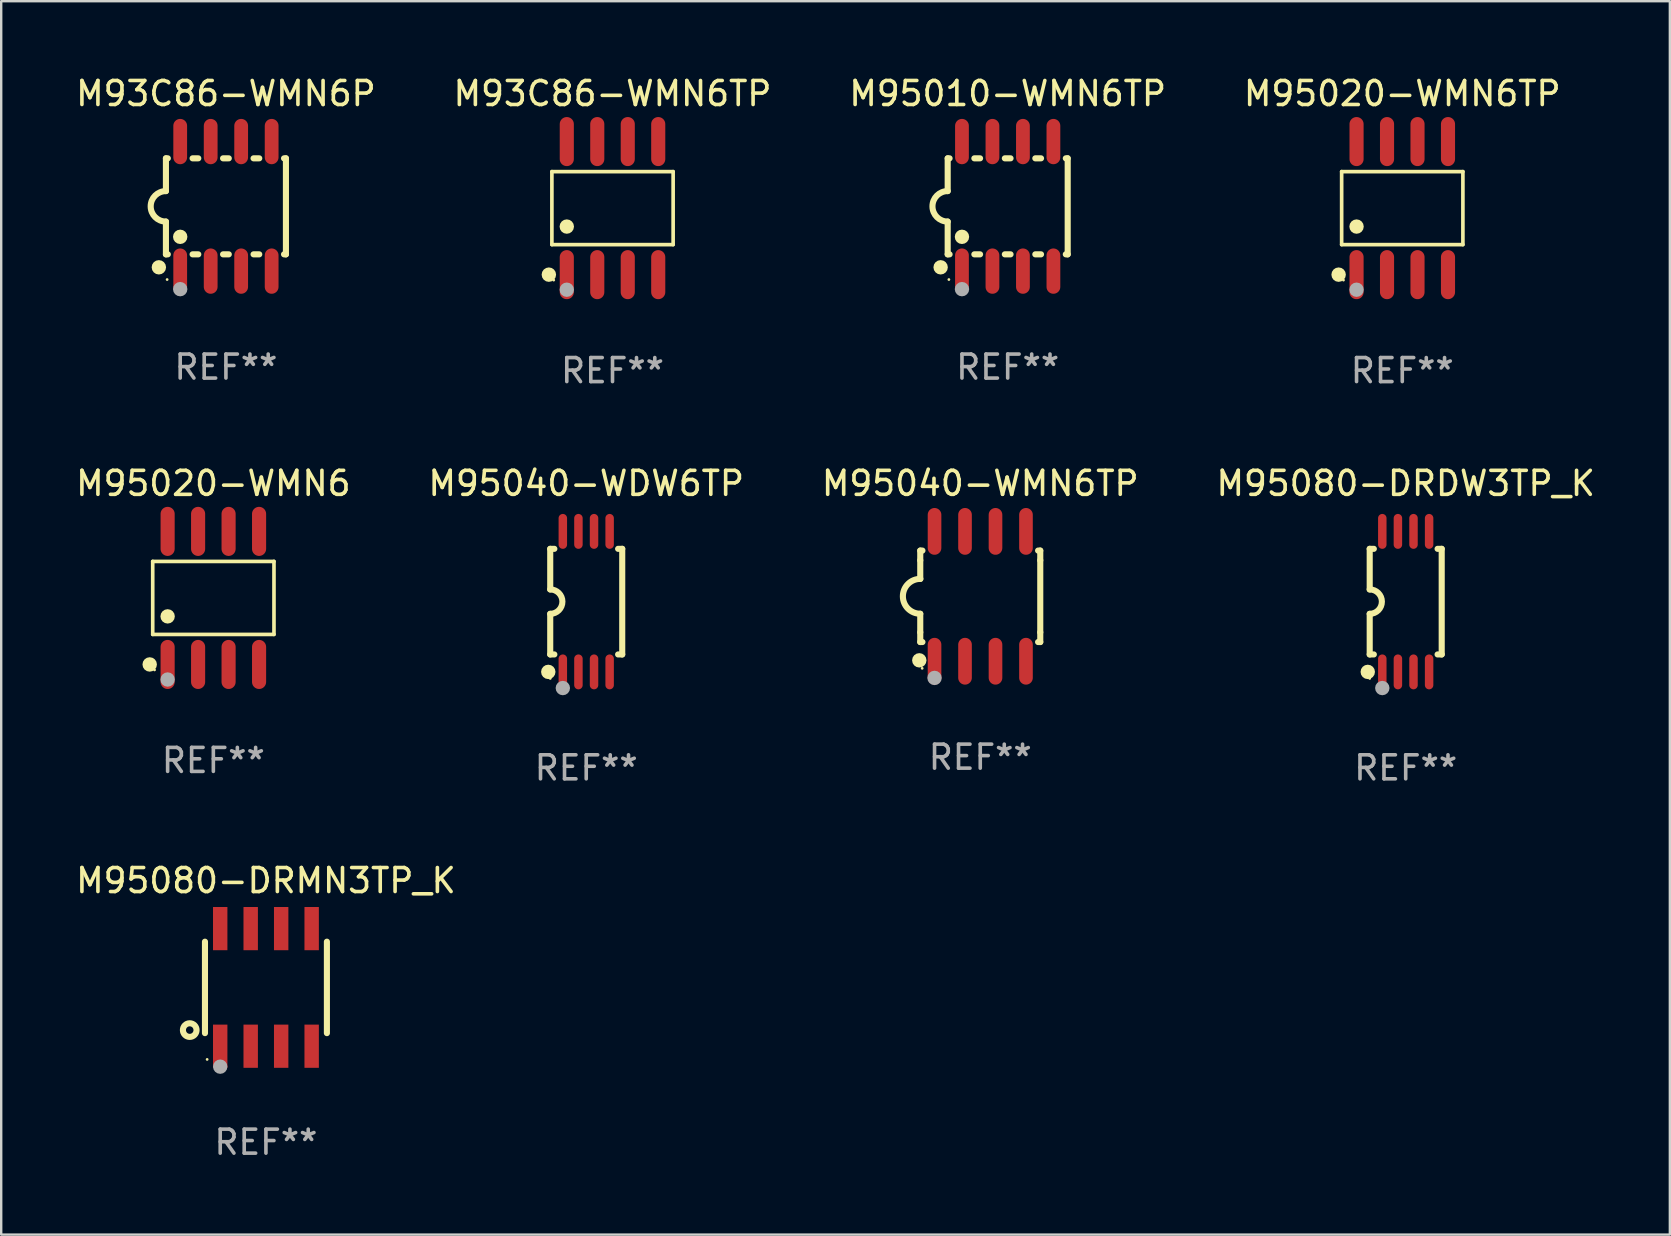
<source format=kicad_pcb>
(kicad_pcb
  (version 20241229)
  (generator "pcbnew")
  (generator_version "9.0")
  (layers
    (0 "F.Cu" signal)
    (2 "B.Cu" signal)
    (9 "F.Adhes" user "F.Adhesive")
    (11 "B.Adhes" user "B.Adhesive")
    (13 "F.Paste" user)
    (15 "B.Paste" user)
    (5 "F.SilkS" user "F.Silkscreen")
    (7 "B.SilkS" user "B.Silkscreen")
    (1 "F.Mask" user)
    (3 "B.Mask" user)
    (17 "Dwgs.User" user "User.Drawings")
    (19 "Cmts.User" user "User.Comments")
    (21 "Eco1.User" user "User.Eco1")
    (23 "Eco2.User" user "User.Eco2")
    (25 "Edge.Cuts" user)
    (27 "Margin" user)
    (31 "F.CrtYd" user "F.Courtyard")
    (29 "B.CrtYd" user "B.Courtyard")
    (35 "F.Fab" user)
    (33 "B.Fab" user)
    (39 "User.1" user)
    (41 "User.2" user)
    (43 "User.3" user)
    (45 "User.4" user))
  (footprint "M93C86-WMN6TP"
    (layer "F.Cu")
    (at 22.47 5.621)
    (property "Reference" "M93C86-WMN6TP" (at 0 -4.772 0) (layer "F.SilkS") (effects (font (size 1 1) (thickness 0.15))))
    (attr through_hole)
    (fp_line (start -2.526 -1.521) (end 2.526 -1.521) (stroke (width 0.152) (type solid)) (layer "F.SilkS"))
    (fp_line (start -2.526 1.521) (end -2.526 -1.521) (stroke (width 0.152) (type solid)) (layer "F.SilkS"))
    (fp_line (start 2.526 -1.521) (end 2.526 1.521) (stroke (width 0.152) (type solid)) (layer "F.SilkS"))
    (fp_line (start 2.526 1.521) (end -2.526 1.521) (stroke (width 0.152) (type solid)) (layer "F.SilkS"))
    (fp_circle (center -2.652 2.772) (end -2.501 2.772) (stroke (width 0.3) (type solid)) (fill no) (layer "F.SilkS"))
    (fp_circle (center -2.45 3) (end -2.42 3) (stroke (width 0.06) (type solid)) (fill no) (layer "F.SilkS"))
    (fp_circle (center -1.905 0.769) (end -1.755 0.769) (stroke (width 0.3) (type solid)) (fill no) (layer "F.SilkS"))
    (fp_circle (center -1.905 3.4) (end -1.755 3.4) (stroke (width 0.3) (type solid)) (fill no) (layer "F.Fab"))
    (fp_text user "REF**" (at 0 6.772 0) (layer "F.Fab") (effects (font (size 1 1) (thickness 0.15))))
    (pad "1" smd oval (at -1.905 2.772) (size 0.588 2.045) (layers "F.Cu" "F.Mask" "F.Paste"))
    (pad "2" smd oval (at -0.635 2.772) (size 0.588 2.045) (layers "F.Cu" "F.Mask" "F.Paste"))
    (pad "3" smd oval (at 0.635 2.772) (size 0.588 2.045) (layers "F.Cu" "F.Mask" "F.Paste"))
    (pad "4" smd oval (at 1.905 2.772) (size 0.588 2.045) (layers "F.Cu" "F.Mask" "F.Paste"))
    (pad "5" smd oval (at 1.905 -2.772) (size 0.588 2.045) (layers "F.Cu" "F.Mask" "F.Paste"))
    (pad "6" smd oval (at 0.635 -2.772) (size 0.588 2.045) (layers "F.Cu" "F.Mask" "F.Paste"))
    (pad "7" smd oval (at -0.635 -2.772) (size 0.588 2.045) (layers "F.Cu" "F.Mask" "F.Paste"))
    (pad "8" smd oval (at -1.905 -2.772) (size 0.588 2.045) (layers "F.Cu" "F.Mask" "F.Paste")))
  (footprint "M95040-WMN6TP"
    (layer "F.Cu")
    (at 37.792 21.795)
    (property "Reference" "M95040-WMN6TP" (at 0 -4.705 0) (layer "F.SilkS") (effects (font (size 1 1) (thickness 0.15))))
    (attr through_hole)
    (fp_line (start -2.5 -1.905) (end -2.409 -1.905) (stroke (width 0.254) (type solid)) (layer "F.SilkS"))
    (fp_line (start -2.5 -1.5) (end -2.5 -1.905) (stroke (width 0.254) (type solid)) (layer "F.SilkS"))
    (fp_line (start -2.5 -1.5) (end -2.5 -0.726) (stroke (width 0.254) (type solid)) (layer "F.SilkS"))
    (fp_line (start -2.5 1.5) (end -2.5 0.727) (stroke (width 0.254) (type solid)) (layer "F.SilkS"))
    (fp_line (start -2.5 1.5) (end -2.5 1.905) (stroke (width 0.254) (type solid)) (layer "F.SilkS"))
    (fp_line (start -2.5 1.905) (end -2.409 1.905) (stroke (width 0.254) (type solid)) (layer "F.SilkS"))
    (fp_line (start 2.5 -1.905) (end 2.409 -1.905) (stroke (width 0.254) (type solid)) (layer "F.SilkS"))
    (fp_line (start 2.5 -1.5) (end 2.5 -1.905) (stroke (width 0.254) (type solid)) (layer "F.SilkS"))
    (fp_line (start 2.5 -1.5) (end 2.5 1.5) (stroke (width 0.254) (type solid)) (layer "F.SilkS"))
    (fp_line (start 2.5 1.5) (end 2.5 1.905) (stroke (width 0.254) (type solid)) (layer "F.SilkS"))
    (fp_line (start 2.5 1.905) (end 2.409 1.905) (stroke (width 0.254) (type solid)) (layer "F.SilkS"))
    (fp_arc (start -2.5 0.726568) (mid -3.220316 -0.0023) (end -2.495097 -0.726289) (stroke (width 0.254001) (type solid)) (layer "F.SilkS"))
    (fp_circle (center -2.54 2.667) (end -2.39 2.667) (stroke (width 0.3) (type solid)) (fill no) (layer "F.SilkS"))
    (fp_circle (center -2.42 3) (end -2.39 3) (stroke (width 0.06) (type solid)) (fill no) (layer "F.SilkS"))
    (fp_circle (center -1.905 3.4) (end -1.755 3.4) (stroke (width 0.3) (type solid)) (fill no) (layer "F.Fab"))
    (fp_text user "REF**" (at 0 6.705 0) (layer "F.Fab") (effects (font (size 1 1) (thickness 0.15))))
    (pad "1" smd oval (at -1.905 2.705) (size 0.568 1.95) (layers "F.Cu" "F.Mask" "F.Paste"))
    (pad "2" smd oval (at -0.635 2.705) (size 0.568 1.95) (layers "F.Cu" "F.Mask" "F.Paste"))
    (pad "3" smd oval (at 0.635 2.705) (size 0.568 1.95) (layers "F.Cu" "F.Mask" "F.Paste"))
    (pad "4" smd oval (at 1.905 2.705) (size 0.568 1.95) (layers "F.Cu" "F.Mask" "F.Paste"))
    (pad "5" smd oval (at 1.905 -2.705) (size 0.568 1.95) (layers "F.Cu" "F.Mask" "F.Paste"))
    (pad "6" smd oval (at 0.635 -2.705) (size 0.568 1.95) (layers "F.Cu" "F.Mask" "F.Paste"))
    (pad "7" smd oval (at -0.635 -2.705) (size 0.568 1.95) (layers "F.Cu" "F.Mask" "F.Paste"))
    (pad "8" smd oval (at -1.905 -2.705) (size 0.568 1.95) (layers "F.Cu" "F.Mask" "F.Paste")))
  (footprint "M95080-DRMN3TP_K"
    (layer "F.Cu")
    (at 8.03 38.09)
    (property "Reference" "M95080-DRMN3TP_K" (at 0 -4.45 0) (layer "F.SilkS") (effects (font (size 1 1) (thickness 0.15))))
    (attr through_hole)
    (fp_line (start -2.54 -1.905) (end -2.54 1.905) (stroke (width 0.254) (type solid)) (layer "F.SilkS"))
    (fp_line (start 2.54 -1.905) (end 2.54 1.905) (stroke (width 0.254) (type solid)) (layer "F.SilkS"))
    (fp_circle (center -3.175 1.778) (end -2.891 1.778) (stroke (width 0.254) (type solid)) (fill no) (layer "F.SilkS"))
    (fp_circle (center -2.45 3) (end -2.42 3) (stroke (width 0.06) (type solid)) (fill no) (layer "F.SilkS"))
    (fp_circle (center -1.905 3.302) (end -1.755 3.302) (stroke (width 0.3) (type solid)) (fill no) (layer "F.Fab"))
    (fp_text user "REF**" (at 0 6.45 0) (layer "F.Fab") (effects (font (size 1 1) (thickness 0.15))))
    (pad "1" smd rect (at -1.905 2.45) (size 0.6 1.8) (layers "F.Cu" "F.Mask" "F.Paste"))
    (pad "2" smd rect (at -0.635 2.45) (size 0.6 1.8) (layers "F.Cu" "F.Mask" "F.Paste"))
    (pad "3" smd rect (at 0.635 2.45) (size 0.6 1.8) (layers "F.Cu" "F.Mask" "F.Paste"))
    (pad "4" smd rect (at 1.905 2.45) (size 0.6 1.8) (layers "F.Cu" "F.Mask" "F.Paste"))
    (pad "5" smd rect (at 1.905 -2.45 180) (size 0.6 1.8) (layers "F.Cu" "F.Mask" "F.Paste"))
    (pad "6" smd rect (at 0.635 -2.45 180) (size 0.6 1.8) (layers "F.Cu" "F.Mask" "F.Paste"))
    (pad "7" smd rect (at -0.635 -2.45 180) (size 0.6 1.8) (layers "F.Cu" "F.Mask" "F.Paste"))
    (pad "8" smd rect (at -1.905 -2.45 180) (size 0.6 1.8) (layers "F.Cu" "F.Mask" "F.Paste")))
  (footprint "M95080-DRDW3TP_K"
    (layer "F.Cu")
    (at 55.518 22.017)
    (property "Reference" "M95080-DRDW3TP_K" (at 0 -4.927 0) (layer "F.SilkS") (effects (font (size 1 1) (thickness 0.15))))
    (attr through_hole)
    (fp_line (start -1.5 -2.2) (end -1.5 -0.508) (stroke (width 0.254) (type solid)) (layer "F.SilkS"))
    (fp_line (start -1.5 -2.2) (end -1.328 -2.2) (stroke (width 0.254) (type solid)) (layer "F.SilkS"))
    (fp_line (start -1.5 2.2) (end -1.5 0.508) (stroke (width 0.254) (type solid)) (layer "F.SilkS"))
    (fp_line (start -1.5 2.2) (end -1.328 2.2) (stroke (width 0.254) (type solid)) (layer "F.SilkS"))
    (fp_line (start 1.328 -2.2) (end 1.5 -2.2) (stroke (width 0.254) (type solid)) (layer "F.SilkS"))
    (fp_line (start 1.328 2.2) (end 1.5 2.2) (stroke (width 0.254) (type solid)) (layer "F.SilkS"))
    (fp_line (start 1.5 -2.2) (end 1.5 2.2) (stroke (width 0.254) (type solid)) (layer "F.SilkS"))
    (fp_arc (start -1.501144 -0.508) (mid -0.993143 -0.000571) (end -1.5 0.508001) (stroke (width 0.254001) (type solid)) (layer "F.SilkS"))
    (fp_circle (center -1.581 2.927) (end -1.431 2.927) (stroke (width 0.3) (type solid)) (fill no) (layer "F.SilkS"))
    (fp_circle (center -1.5 3.2) (end -1.47 3.2) (stroke (width 0.06) (type solid)) (fill no) (layer "F.SilkS"))
    (fp_circle (center -0.975 3.6) (end -0.825 3.6) (stroke (width 0.3) (type solid)) (fill no) (layer "F.Fab"))
    (fp_text user "REF**" (at 0 6.927 0) (layer "F.Fab") (effects (font (size 1 1) (thickness 0.15))))
    (pad "1" smd oval (at -0.975 2.927) (size 0.353 1.454) (layers "F.Cu" "F.Mask" "F.Paste"))
    (pad "2" smd oval (at -0.325 2.927) (size 0.353 1.454) (layers "F.Cu" "F.Mask" "F.Paste"))
    (pad "3" smd oval (at 0.325 2.927) (size 0.353 1.454) (layers "F.Cu" "F.Mask" "F.Paste"))
    (pad "4" smd oval (at 0.975 2.927) (size 0.353 1.454) (layers "F.Cu" "F.Mask" "F.Paste"))
    (pad "5" smd oval (at 0.975 -2.927) (size 0.353 1.454) (layers "F.Cu" "F.Mask" "F.Paste"))
    (pad "6" smd oval (at 0.325 -2.927) (size 0.353 1.454) (layers "F.Cu" "F.Mask" "F.Paste"))
    (pad "7" smd oval (at -0.325 -2.927) (size 0.353 1.454) (layers "F.Cu" "F.Mask" "F.Paste"))
    (pad "8" smd oval (at -0.975 -2.927) (size 0.353 1.454) (layers "F.Cu" "F.Mask" "F.Paste")))
  (footprint "M95020-WMN6TP"
    (layer "F.Cu")
    (at 55.375 5.621)
    (property "Reference" "M95020-WMN6TP" (at 0 -4.772 0) (layer "F.SilkS") (effects (font (size 1 1) (thickness 0.15))))
    (attr through_hole)
    (fp_line (start -2.526 -1.521) (end 2.526 -1.521) (stroke (width 0.152) (type solid)) (layer "F.SilkS"))
    (fp_line (start -2.526 1.521) (end -2.526 -1.521) (stroke (width 0.152) (type solid)) (layer "F.SilkS"))
    (fp_line (start 2.526 -1.521) (end 2.526 1.521) (stroke (width 0.152) (type solid)) (layer "F.SilkS"))
    (fp_line (start 2.526 1.521) (end -2.526 1.521) (stroke (width 0.152) (type solid)) (layer "F.SilkS"))
    (fp_circle (center -2.652 2.772) (end -2.501 2.772) (stroke (width 0.3) (type solid)) (fill no) (layer "F.SilkS"))
    (fp_circle (center -2.45 3) (end -2.42 3) (stroke (width 0.06) (type solid)) (fill no) (layer "F.SilkS"))
    (fp_circle (center -1.905 0.769) (end -1.755 0.769) (stroke (width 0.3) (type solid)) (fill no) (layer "F.SilkS"))
    (fp_circle (center -1.905 3.4) (end -1.755 3.4) (stroke (width 0.3) (type solid)) (fill no) (layer "F.Fab"))
    (fp_text user "REF**" (at 0 6.772 0) (layer "F.Fab") (effects (font (size 1 1) (thickness 0.15))))
    (pad "1" smd oval (at -1.905 2.772) (size 0.588 2.045) (layers "F.Cu" "F.Mask" "F.Paste"))
    (pad "2" smd oval (at -0.635 2.772) (size 0.588 2.045) (layers "F.Cu" "F.Mask" "F.Paste"))
    (pad "3" smd oval (at 0.635 2.772) (size 0.588 2.045) (layers "F.Cu" "F.Mask" "F.Paste"))
    (pad "4" smd oval (at 1.905 2.772) (size 0.588 2.045) (layers "F.Cu" "F.Mask" "F.Paste"))
    (pad "5" smd oval (at 1.905 -2.772) (size 0.588 2.045) (layers "F.Cu" "F.Mask" "F.Paste"))
    (pad "6" smd oval (at 0.635 -2.772) (size 0.588 2.045) (layers "F.Cu" "F.Mask" "F.Paste"))
    (pad "7" smd oval (at -0.635 -2.772) (size 0.588 2.045) (layers "F.Cu" "F.Mask" "F.Paste"))
    (pad "8" smd oval (at -1.905 -2.772) (size 0.588 2.045) (layers "F.Cu" "F.Mask" "F.Paste")))
  (footprint "M95010-WMN6TP"
    (layer "F.Cu")
    (at 38.935 5.547)
    (property "Reference" "M95010-WMN6TP" (at 0 -4.699 0) (layer "F.SilkS") (effects (font (size 1 1) (thickness 0.15))))
    (attr through_hole)
    (fp_line (start -2.5 -2) (end -2.5 -0.635) (stroke (width 0.254) (type solid)) (layer "F.SilkS"))
    (fp_line (start -2.5 -2) (end -2.421 -2) (stroke (width 0.254) (type solid)) (layer "F.SilkS"))
    (fp_line (start -2.5 2) (end -2.5 0.635) (stroke (width 0.254) (type solid)) (layer "F.SilkS"))
    (fp_line (start -2.5 2) (end -2.421 2) (stroke (width 0.254) (type solid)) (layer "F.SilkS"))
    (fp_line (start -1.389 -2) (end -1.151 -2) (stroke (width 0.254) (type solid)) (layer "F.SilkS"))
    (fp_line (start -1.389 2) (end -1.151 2) (stroke (width 0.254) (type solid)) (layer "F.SilkS"))
    (fp_line (start -0.119 -2) (end 0.119 -2) (stroke (width 0.254) (type solid)) (layer "F.SilkS"))
    (fp_line (start -0.119 2) (end 0.119 2) (stroke (width 0.254) (type solid)) (layer "F.SilkS"))
    (fp_line (start 1.151 -2) (end 1.389 -2) (stroke (width 0.254) (type solid)) (layer "F.SilkS"))
    (fp_line (start 1.151 2) (end 1.389 2) (stroke (width 0.254) (type solid)) (layer "F.SilkS"))
    (fp_line (start 2.421 -2) (end 2.5 -2) (stroke (width 0.254) (type solid)) (layer "F.SilkS"))
    (fp_line (start 2.421 2) (end 2.5 2) (stroke (width 0.254) (type solid)) (layer "F.SilkS"))
    (fp_line (start 2.5 -2) (end 2.5 2) (stroke (width 0.254) (type solid)) (layer "F.SilkS"))
    (fp_arc (start -2.5 0.635001) (mid -3.134366 -0.000318) (end -2.499365 -0.635001) (stroke (width 0.254001) (type solid)) (layer "F.SilkS"))
    (fp_circle (center -2.794 2.54) (end -2.644 2.54) (stroke (width 0.3) (type solid)) (fill no) (layer "F.SilkS"))
    (fp_circle (center -2.45 3.05) (end -2.42 3.05) (stroke (width 0.06) (type solid)) (fill no) (layer "F.SilkS"))
    (fp_circle (center -1.905 1.27) (end -1.755 1.27) (stroke (width 0.3) (type solid)) (fill no) (layer "F.SilkS"))
    (fp_circle (center -1.905 3.45) (end -1.755 3.45) (stroke (width 0.3) (type solid)) (fill no) (layer "F.Fab"))
    (fp_text user "REF**" (at 0 6.699 0) (layer "F.Fab") (effects (font (size 1 1) (thickness 0.15))))
    (pad "1" smd oval (at -1.905 2.699) (size 0.574 1.888) (layers "F.Cu" "F.Mask" "F.Paste"))
    (pad "2" smd oval (at -0.635 2.699) (size 0.574 1.888) (layers "F.Cu" "F.Mask" "F.Paste"))
    (pad "3" smd oval (at 0.635 2.699) (size 0.574 1.888) (layers "F.Cu" "F.Mask" "F.Paste"))
    (pad "4" smd oval (at 1.905 2.699) (size 0.574 1.888) (layers "F.Cu" "F.Mask" "F.Paste"))
    (pad "5" smd oval (at 1.905 -2.699) (size 0.574 1.888) (layers "F.Cu" "F.Mask" "F.Paste"))
    (pad "6" smd oval (at 0.635 -2.699) (size 0.574 1.888) (layers "F.Cu" "F.Mask" "F.Paste"))
    (pad "7" smd oval (at -0.635 -2.699) (size 0.574 1.888) (layers "F.Cu" "F.Mask" "F.Paste"))
    (pad "8" smd oval (at -1.905 -2.699) (size 0.574 1.888) (layers "F.Cu" "F.Mask" "F.Paste")))
  (footprint "M95020-WMN6"
    (layer "F.Cu")
    (at 5.839 21.862)
    (property "Reference" "M95020-WMN6" (at 0 -4.772 0) (layer "F.SilkS") (effects (font (size 1 1) (thickness 0.15))))
    (attr through_hole)
    (fp_line (start -2.526 -1.521) (end 2.526 -1.521) (stroke (width 0.152) (type solid)) (layer "F.SilkS"))
    (fp_line (start -2.526 1.521) (end -2.526 -1.521) (stroke (width 0.152) (type solid)) (layer "F.SilkS"))
    (fp_line (start 2.526 -1.521) (end 2.526 1.521) (stroke (width 0.152) (type solid)) (layer "F.SilkS"))
    (fp_line (start 2.526 1.521) (end -2.526 1.521) (stroke (width 0.152) (type solid)) (layer "F.SilkS"))
    (fp_circle (center -2.652 2.772) (end -2.501 2.772) (stroke (width 0.3) (type solid)) (fill no) (layer "F.SilkS"))
    (fp_circle (center -2.45 3) (end -2.42 3) (stroke (width 0.06) (type solid)) (fill no) (layer "F.SilkS"))
    (fp_circle (center -1.905 0.769) (end -1.755 0.769) (stroke (width 0.3) (type solid)) (fill no) (layer "F.SilkS"))
    (fp_circle (center -1.905 3.4) (end -1.755 3.4) (stroke (width 0.3) (type solid)) (fill no) (layer "F.Fab"))
    (fp_text user "REF**" (at 0 6.772 0) (layer "F.Fab") (effects (font (size 1 1) (thickness 0.15))))
    (pad "1" smd oval (at -1.905 2.772) (size 0.588 2.045) (layers "F.Cu" "F.Mask" "F.Paste"))
    (pad "2" smd oval (at -0.635 2.772) (size 0.588 2.045) (layers "F.Cu" "F.Mask" "F.Paste"))
    (pad "3" smd oval (at 0.635 2.772) (size 0.588 2.045) (layers "F.Cu" "F.Mask" "F.Paste"))
    (pad "4" smd oval (at 1.905 2.772) (size 0.588 2.045) (layers "F.Cu" "F.Mask" "F.Paste"))
    (pad "5" smd oval (at 1.905 -2.772) (size 0.588 2.045) (layers "F.Cu" "F.Mask" "F.Paste"))
    (pad "6" smd oval (at 0.635 -2.772) (size 0.588 2.045) (layers "F.Cu" "F.Mask" "F.Paste"))
    (pad "7" smd oval (at -0.635 -2.772) (size 0.588 2.045) (layers "F.Cu" "F.Mask" "F.Paste"))
    (pad "8" smd oval (at -1.905 -2.772) (size 0.588 2.045) (layers "F.Cu" "F.Mask" "F.Paste")))
  (footprint "M93C86-WMN6P"
    (layer "F.Cu")
    (at 6.363 5.547)
    (property "Reference" "M93C86-WMN6P" (at 0 -4.699 0) (layer "F.SilkS") (effects (font (size 1 1) (thickness 0.15))))
    (attr through_hole)
    (fp_line (start -2.5 -2) (end -2.5 -0.635) (stroke (width 0.254) (type solid)) (layer "F.SilkS"))
    (fp_line (start -2.5 -2) (end -2.421 -2) (stroke (width 0.254) (type solid)) (layer "F.SilkS"))
    (fp_line (start -2.5 2) (end -2.5 0.635) (stroke (width 0.254) (type solid)) (layer "F.SilkS"))
    (fp_line (start -2.5 2) (end -2.421 2) (stroke (width 0.254) (type solid)) (layer "F.SilkS"))
    (fp_line (start -1.389 -2) (end -1.151 -2) (stroke (width 0.254) (type solid)) (layer "F.SilkS"))
    (fp_line (start -1.389 2) (end -1.151 2) (stroke (width 0.254) (type solid)) (layer "F.SilkS"))
    (fp_line (start -0.119 -2) (end 0.119 -2) (stroke (width 0.254) (type solid)) (layer "F.SilkS"))
    (fp_line (start -0.119 2) (end 0.119 2) (stroke (width 0.254) (type solid)) (layer "F.SilkS"))
    (fp_line (start 1.151 -2) (end 1.389 -2) (stroke (width 0.254) (type solid)) (layer "F.SilkS"))
    (fp_line (start 1.151 2) (end 1.389 2) (stroke (width 0.254) (type solid)) (layer "F.SilkS"))
    (fp_line (start 2.421 -2) (end 2.5 -2) (stroke (width 0.254) (type solid)) (layer "F.SilkS"))
    (fp_line (start 2.421 2) (end 2.5 2) (stroke (width 0.254) (type solid)) (layer "F.SilkS"))
    (fp_line (start 2.5 -2) (end 2.5 2) (stroke (width 0.254) (type solid)) (layer "F.SilkS"))
    (fp_arc (start -2.5 0.635001) (mid -3.134366 -0.000318) (end -2.499365 -0.635001) (stroke (width 0.254001) (type solid)) (layer "F.SilkS"))
    (fp_circle (center -2.794 2.54) (end -2.644 2.54) (stroke (width 0.3) (type solid)) (fill no) (layer "F.SilkS"))
    (fp_circle (center -2.45 3.05) (end -2.42 3.05) (stroke (width 0.06) (type solid)) (fill no) (layer "F.SilkS"))
    (fp_circle (center -1.905 1.27) (end -1.755 1.27) (stroke (width 0.3) (type solid)) (fill no) (layer "F.SilkS"))
    (fp_circle (center -1.905 3.45) (end -1.755 3.45) (stroke (width 0.3) (type solid)) (fill no) (layer "F.Fab"))
    (fp_text user "REF**" (at 0 6.699 0) (layer "F.Fab") (effects (font (size 1 1) (thickness 0.15))))
    (pad "1" smd oval (at -1.905 2.699) (size 0.574 1.888) (layers "F.Cu" "F.Mask" "F.Paste"))
    (pad "2" smd oval (at -0.635 2.699) (size 0.574 1.888) (layers "F.Cu" "F.Mask" "F.Paste"))
    (pad "3" smd oval (at 0.635 2.699) (size 0.574 1.888) (layers "F.Cu" "F.Mask" "F.Paste"))
    (pad "4" smd oval (at 1.905 2.699) (size 0.574 1.888) (layers "F.Cu" "F.Mask" "F.Paste"))
    (pad "5" smd oval (at 1.905 -2.699) (size 0.574 1.888) (layers "F.Cu" "F.Mask" "F.Paste"))
    (pad "6" smd oval (at 0.635 -2.699) (size 0.574 1.888) (layers "F.Cu" "F.Mask" "F.Paste"))
    (pad "7" smd oval (at -0.635 -2.699) (size 0.574 1.888) (layers "F.Cu" "F.Mask" "F.Paste"))
    (pad "8" smd oval (at -1.905 -2.699) (size 0.574 1.888) (layers "F.Cu" "F.Mask" "F.Paste")))
  (footprint "M95040-WDW6TP"
    (layer "F.Cu")
    (at 21.375 22.017)
    (property "Reference" "M95040-WDW6TP" (at 0 -4.927 0) (layer "F.SilkS") (effects (font (size 1 1) (thickness 0.15))))
    (attr through_hole)
    (fp_line (start -1.5 -2.2) (end -1.5 -0.508) (stroke (width 0.254) (type solid)) (layer "F.SilkS"))
    (fp_line (start -1.5 -2.2) (end -1.328 -2.2) (stroke (width 0.254) (type solid)) (layer "F.SilkS"))
    (fp_line (start -1.5 2.2) (end -1.5 0.508) (stroke (width 0.254) (type solid)) (layer "F.SilkS"))
    (fp_line (start -1.5 2.2) (end -1.328 2.2) (stroke (width 0.254) (type solid)) (layer "F.SilkS"))
    (fp_line (start 1.328 -2.2) (end 1.5 -2.2) (stroke (width 0.254) (type solid)) (layer "F.SilkS"))
    (fp_line (start 1.328 2.2) (end 1.5 2.2) (stroke (width 0.254) (type solid)) (layer "F.SilkS"))
    (fp_line (start 1.5 -2.2) (end 1.5 2.2) (stroke (width 0.254) (type solid)) (layer "F.SilkS"))
    (fp_arc (start -1.501144 -0.508) (mid -0.993143 -0.000571) (end -1.5 0.508001) (stroke (width 0.254001) (type solid)) (layer "F.SilkS"))
    (fp_circle (center -1.581 2.927) (end -1.431 2.927) (stroke (width 0.3) (type solid)) (fill no) (layer "F.SilkS"))
    (fp_circle (center -1.5 3.2) (end -1.47 3.2) (stroke (width 0.06) (type solid)) (fill no) (layer "F.SilkS"))
    (fp_circle (center -0.975 3.6) (end -0.825 3.6) (stroke (width 0.3) (type solid)) (fill no) (layer "F.Fab"))
    (fp_text user "REF**" (at 0 6.927 0) (layer "F.Fab") (effects (font (size 1 1) (thickness 0.15))))
    (pad "1" smd oval (at -0.975 2.927) (size 0.353 1.454) (layers "F.Cu" "F.Mask" "F.Paste"))
    (pad "2" smd oval (at -0.325 2.927) (size 0.353 1.454) (layers "F.Cu" "F.Mask" "F.Paste"))
    (pad "3" smd oval (at 0.325 2.927) (size 0.353 1.454) (layers "F.Cu" "F.Mask" "F.Paste"))
    (pad "4" smd oval (at 0.975 2.927) (size 0.353 1.454) (layers "F.Cu" "F.Mask" "F.Paste"))
    (pad "5" smd oval (at 0.975 -2.927) (size 0.353 1.454) (layers "F.Cu" "F.Mask" "F.Paste"))
    (pad "6" smd oval (at 0.325 -2.927) (size 0.353 1.454) (layers "F.Cu" "F.Mask" "F.Paste"))
    (pad "7" smd oval (at -0.325 -2.927) (size 0.353 1.454) (layers "F.Cu" "F.Mask" "F.Paste"))
    (pad "8" smd oval (at -0.975 -2.927) (size 0.353 1.454) (layers "F.Cu" "F.Mask" "F.Paste")))
  (gr_rect
    (start -3 -3)
    (end 66.524 48.389)
    (stroke (width 0.1) (type default))
    (fill no)
    (layer "Edge.Cuts")))
</source>
